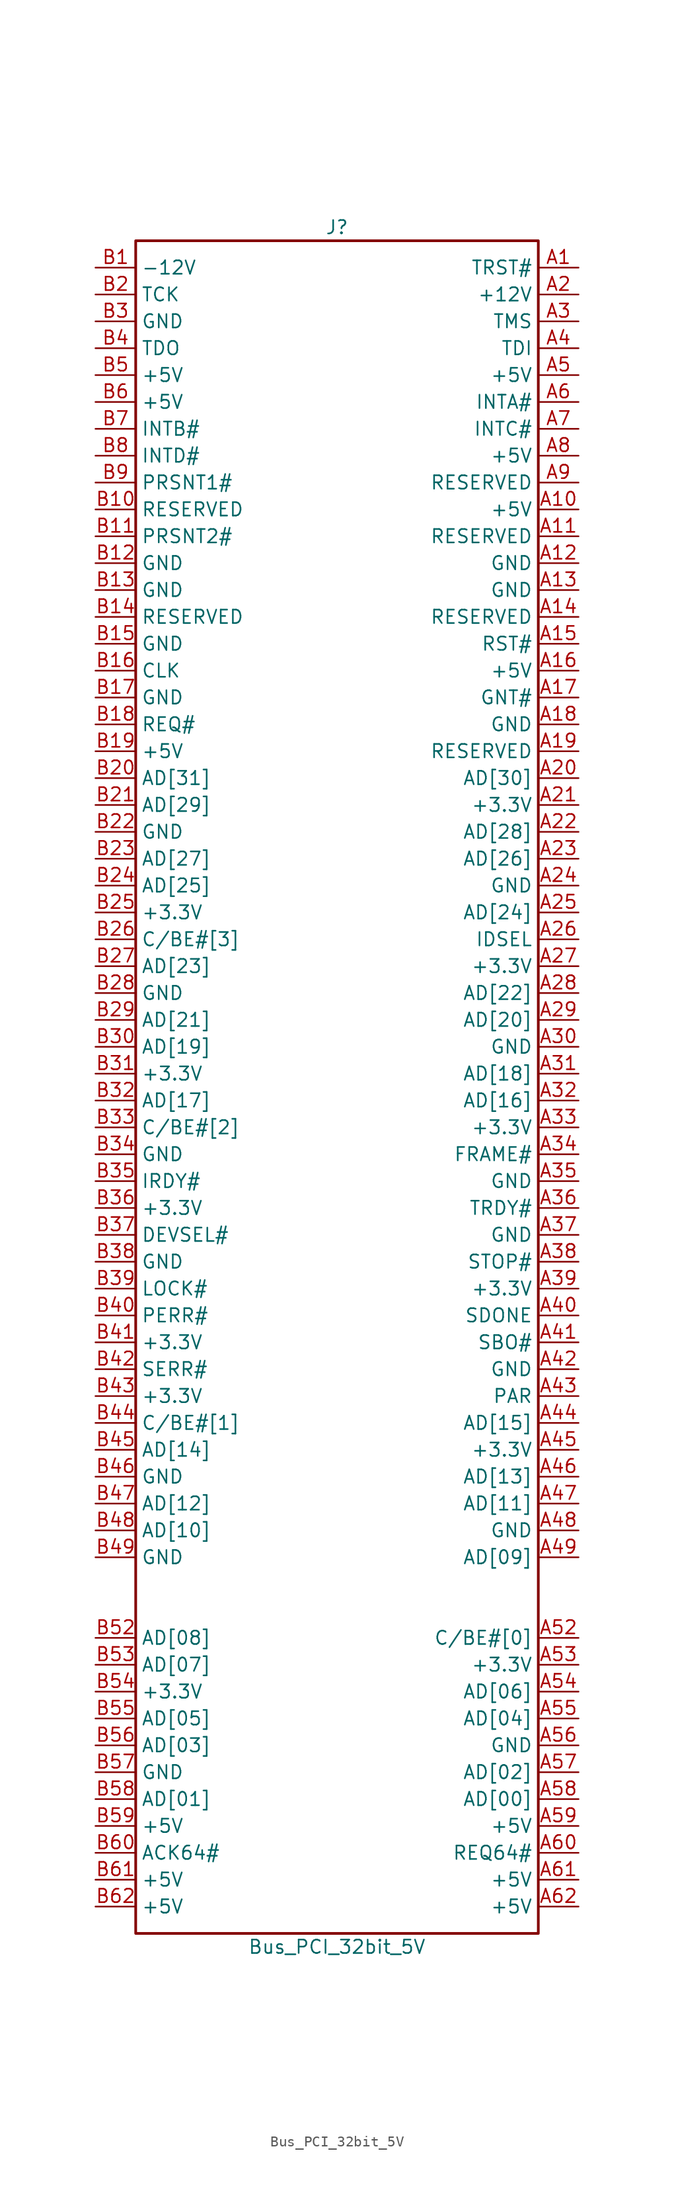
<source format=kicad_sym>
(kicad_symbol_lib
  (version 20211014)
  (generator kicad_symbol_editor)
  (symbol "Bus_PCI_32bit_5V"
    (property "Reference" "J"
      (at 0 80.01 0)
      (effects (font (size 1.27 1.27))))
    (property "Value" "Bus_PCI_32bit_5V"
      (at 0 -82.55 0)
      (effects (font (size 1.27 1.27))))
    (symbol "Bus_PCI_32bit_5V_0_1"
      (rectangle (start -19.05 -81.28) (end 19.05 78.74) (stroke (width 0.254) (type default) (color 0 0 0 0)) (fill (type none))))
    (symbol "Bus_PCI_32bit_5V_1_1"
      (pin output line (at 22.86 76.2 180) (length 3.81) (name "TRST#" (effects (font (size 1.27 1.27)))) (number "A1" (effects (font (size 1.27 1.27)))))
      (pin power_in line (at 22.86 53.34 180) (length 3.81) (name "+5V" (effects (font (size 1.27 1.27)))) (number "A10" (effects (font (size 1.27 1.27)))))
      (pin passive line (at 22.86 50.8 180) (length 3.81) (name "RESERVED" (effects (font (size 1.27 1.27)))) (number "A11" (effects (font (size 1.27 1.27)))))
      (pin power_in line (at 22.86 48.26 180) (length 3.81) (name "GND" (effects (font (size 1.27 1.27)))) (number "A12" (effects (font (size 1.27 1.27)))))
      (pin power_in line (at 22.86 45.72 180) (length 3.81) (name "GND" (effects (font (size 1.27 1.27)))) (number "A13" (effects (font (size 1.27 1.27)))))
      (pin passive line (at 22.86 43.18 180) (length 3.81) (name "RESERVED" (effects (font (size 1.27 1.27)))) (number "A14" (effects (font (size 1.27 1.27)))))
      (pin output line (at 22.86 40.64 180) (length 3.81) (name "RST#" (effects (font (size 1.27 1.27)))) (number "A15" (effects (font (size 1.27 1.27)))))
      (pin power_in line (at 22.86 38.1 180) (length 3.81) (name "+5V" (effects (font (size 1.27 1.27)))) (number "A16" (effects (font (size 1.27 1.27)))))
      (pin bidirectional line (at 22.86 35.56 180) (length 3.81) (name "GNT#" (effects (font (size 1.27 1.27)))) (number "A17" (effects (font (size 1.27 1.27)))))
      (pin power_in line (at 22.86 33.02 180) (length 3.81) (name "GND" (effects (font (size 1.27 1.27)))) (number "A18" (effects (font (size 1.27 1.27)))))
      (pin passive line (at 22.86 30.48 180) (length 3.81) (name "RESERVED" (effects (font (size 1.27 1.27)))) (number "A19" (effects (font (size 1.27 1.27)))))
      (pin power_in line (at 22.86 73.66 180) (length 3.81) (name "+12V" (effects (font (size 1.27 1.27)))) (number "A2" (effects (font (size 1.27 1.27)))))
      (pin bidirectional line (at 22.86 27.94 180) (length 3.81) (name "AD[30]" (effects (font (size 1.27 1.27)))) (number "A20" (effects (font (size 1.27 1.27)))))
      (pin power_in line (at 22.86 25.4 180) (length 3.81) (name "+3.3V" (effects (font (size 1.27 1.27)))) (number "A21" (effects (font (size 1.27 1.27)))))
      (pin bidirectional line (at 22.86 22.86 180) (length 3.81) (name "AD[28]" (effects (font (size 1.27 1.27)))) (number "A22" (effects (font (size 1.27 1.27)))))
      (pin bidirectional line (at 22.86 20.32 180) (length 3.81) (name "AD[26]" (effects (font (size 1.27 1.27)))) (number "A23" (effects (font (size 1.27 1.27)))))
      (pin power_in line (at 22.86 17.78 180) (length 3.81) (name "GND" (effects (font (size 1.27 1.27)))) (number "A24" (effects (font (size 1.27 1.27)))))
      (pin bidirectional line (at 22.86 15.24 180) (length 3.81) (name "AD[24]" (effects (font (size 1.27 1.27)))) (number "A25" (effects (font (size 1.27 1.27)))))
      (pin output line (at 22.86 12.7 180) (length 3.81) (name "IDSEL" (effects (font (size 1.27 1.27)))) (number "A26" (effects (font (size 1.27 1.27)))))
      (pin power_in line (at 22.86 10.16 180) (length 3.81) (name "+3.3V" (effects (font (size 1.27 1.27)))) (number "A27" (effects (font (size 1.27 1.27)))))
      (pin bidirectional line (at 22.86 7.62 180) (length 3.81) (name "AD[22]" (effects (font (size 1.27 1.27)))) (number "A28" (effects (font (size 1.27 1.27)))))
      (pin bidirectional line (at 22.86 5.08 180) (length 3.81) (name "AD[20]" (effects (font (size 1.27 1.27)))) (number "A29" (effects (font (size 1.27 1.27)))))
      (pin output line (at 22.86 71.12 180) (length 3.81) (name "TMS" (effects (font (size 1.27 1.27)))) (number "A3" (effects (font (size 1.27 1.27)))))
      (pin power_in line (at 22.86 2.54 180) (length 3.81) (name "GND" (effects (font (size 1.27 1.27)))) (number "A30" (effects (font (size 1.27 1.27)))))
      (pin bidirectional line (at 22.86 0 180) (length 3.81) (name "AD[18]" (effects (font (size 1.27 1.27)))) (number "A31" (effects (font (size 1.27 1.27)))))
      (pin bidirectional line (at 22.86 -2.54 180) (length 3.81) (name "AD[16]" (effects (font (size 1.27 1.27)))) (number "A32" (effects (font (size 1.27 1.27)))))
      (pin power_in line (at 22.86 -5.08 180) (length 3.81) (name "+3.3V" (effects (font (size 1.27 1.27)))) (number "A33" (effects (font (size 1.27 1.27)))))
      (pin bidirectional line (at 22.86 -7.62 180) (length 3.81) (name "FRAME#" (effects (font (size 1.27 1.27)))) (number "A34" (effects (font (size 1.27 1.27)))))
      (pin power_in line (at 22.86 -10.16 180) (length 3.81) (name "GND" (effects (font (size 1.27 1.27)))) (number "A35" (effects (font (size 1.27 1.27)))))
      (pin bidirectional line (at 22.86 -12.7 180) (length 3.81) (name "TRDY#" (effects (font (size 1.27 1.27)))) (number "A36" (effects (font (size 1.27 1.27)))))
      (pin power_in line (at 22.86 -15.24 180) (length 3.81) (name "GND" (effects (font (size 1.27 1.27)))) (number "A37" (effects (font (size 1.27 1.27)))))
      (pin bidirectional line (at 22.86 -17.78 180) (length 3.81) (name "STOP#" (effects (font (size 1.27 1.27)))) (number "A38" (effects (font (size 1.27 1.27)))))
      (pin power_in line (at 22.86 -20.32 180) (length 3.81) (name "+3.3V" (effects (font (size 1.27 1.27)))) (number "A39" (effects (font (size 1.27 1.27)))))
      (pin output line (at 22.86 68.58 180) (length 3.81) (name "TDI" (effects (font (size 1.27 1.27)))) (number "A4" (effects (font (size 1.27 1.27)))))
      (pin bidirectional line (at 22.86 -22.86 180) (length 3.81) (name "SDONE" (effects (font (size 1.27 1.27)))) (number "A40" (effects (font (size 1.27 1.27)))))
      (pin bidirectional line (at 22.86 -25.4 180) (length 3.81) (name "SBO#" (effects (font (size 1.27 1.27)))) (number "A41" (effects (font (size 1.27 1.27)))))
      (pin power_in line (at 22.86 -27.94 180) (length 3.81) (name "GND" (effects (font (size 1.27 1.27)))) (number "A42" (effects (font (size 1.27 1.27)))))
      (pin bidirectional line (at 22.86 -30.48 180) (length 3.81) (name "PAR" (effects (font (size 1.27 1.27)))) (number "A43" (effects (font (size 1.27 1.27)))))
      (pin bidirectional line (at 22.86 -33.02 180) (length 3.81) (name "AD[15]" (effects (font (size 1.27 1.27)))) (number "A44" (effects (font (size 1.27 1.27)))))
      (pin power_in line (at 22.86 -35.56 180) (length 3.81) (name "+3.3V" (effects (font (size 1.27 1.27)))) (number "A45" (effects (font (size 1.27 1.27)))))
      (pin bidirectional line (at 22.86 -38.1 180) (length 3.81) (name "AD[13]" (effects (font (size 1.27 1.27)))) (number "A46" (effects (font (size 1.27 1.27)))))
      (pin bidirectional line (at 22.86 -40.64 180) (length 3.81) (name "AD[11]" (effects (font (size 1.27 1.27)))) (number "A47" (effects (font (size 1.27 1.27)))))
      (pin power_in line (at 22.86 -43.18 180) (length 3.81) (name "GND" (effects (font (size 1.27 1.27)))) (number "A48" (effects (font (size 1.27 1.27)))))
      (pin bidirectional line (at 22.86 -45.72 180) (length 3.81) (name "AD[09]" (effects (font (size 1.27 1.27)))) (number "A49" (effects (font (size 1.27 1.27)))))
      (pin power_in line (at 22.86 66.04 180) (length 3.81) (name "+5V" (effects (font (size 1.27 1.27)))) (number "A5" (effects (font (size 1.27 1.27)))))
      (pin bidirectional line (at 22.86 -53.34 180) (length 3.81) (name "C/BE#[0]" (effects (font (size 1.27 1.27)))) (number "A52" (effects (font (size 1.27 1.27)))))
      (pin power_in line (at 22.86 -55.88 180) (length 3.81) (name "+3.3V" (effects (font (size 1.27 1.27)))) (number "A53" (effects (font (size 1.27 1.27)))))
      (pin bidirectional line (at 22.86 -58.42 180) (length 3.81) (name "AD[06]" (effects (font (size 1.27 1.27)))) (number "A54" (effects (font (size 1.27 1.27)))))
      (pin bidirectional line (at 22.86 -60.96 180) (length 3.81) (name "AD[04]" (effects (font (size 1.27 1.27)))) (number "A55" (effects (font (size 1.27 1.27)))))
      (pin power_in line (at 22.86 -63.5 180) (length 3.81) (name "GND" (effects (font (size 1.27 1.27)))) (number "A56" (effects (font (size 1.27 1.27)))))
      (pin bidirectional line (at 22.86 -66.04 180) (length 3.81) (name "AD[02]" (effects (font (size 1.27 1.27)))) (number "A57" (effects (font (size 1.27 1.27)))))
      (pin bidirectional line (at 22.86 -68.58 180) (length 3.81) (name "AD[00]" (effects (font (size 1.27 1.27)))) (number "A58" (effects (font (size 1.27 1.27)))))
      (pin power_in line (at 22.86 -71.12 180) (length 3.81) (name "+5V" (effects (font (size 1.27 1.27)))) (number "A59" (effects (font (size 1.27 1.27)))))
      (pin input line (at 22.86 63.5 180) (length 3.81) (name "INTA#" (effects (font (size 1.27 1.27)))) (number "A6" (effects (font (size 1.27 1.27)))))
      (pin bidirectional line (at 22.86 -73.66 180) (length 3.81) (name "REQ64#" (effects (font (size 1.27 1.27)))) (number "A60" (effects (font (size 1.27 1.27)))))
      (pin power_in line (at 22.86 -76.2 180) (length 3.81) (name "+5V" (effects (font (size 1.27 1.27)))) (number "A61" (effects (font (size 1.27 1.27)))))
      (pin power_in line (at 22.86 -78.74 180) (length 3.81) (name "+5V" (effects (font (size 1.27 1.27)))) (number "A62" (effects (font (size 1.27 1.27)))))
      (pin input line (at 22.86 60.96 180) (length 3.81) (name "INTC#" (effects (font (size 1.27 1.27)))) (number "A7" (effects (font (size 1.27 1.27)))))
      (pin power_in line (at 22.86 58.42 180) (length 3.81) (name "+5V" (effects (font (size 1.27 1.27)))) (number "A8" (effects (font (size 1.27 1.27)))))
      (pin passive line (at 22.86 55.88 180) (length 3.81) (name "RESERVED" (effects (font (size 1.27 1.27)))) (number "A9" (effects (font (size 1.27 1.27)))))
      (pin power_in line (at -22.86 76.2 0) (length 3.81) (name "-12V" (effects (font (size 1.27 1.27)))) (number "B1" (effects (font (size 1.27 1.27)))))
      (pin passive line (at -22.86 53.34 0) (length 3.81) (name "RESERVED" (effects (font (size 1.27 1.27)))) (number "B10" (effects (font (size 1.27 1.27)))))
      (pin input line (at -22.86 50.8 0) (length 3.81) (name "PRSNT2#" (effects (font (size 1.27 1.27)))) (number "B11" (effects (font (size 1.27 1.27)))))
      (pin power_in line (at -22.86 48.26 0) (length 3.81) (name "GND" (effects (font (size 1.27 1.27)))) (number "B12" (effects (font (size 1.27 1.27)))))
      (pin power_in line (at -22.86 45.72 0) (length 3.81) (name "GND" (effects (font (size 1.27 1.27)))) (number "B13" (effects (font (size 1.27 1.27)))))
      (pin passive line (at -22.86 43.18 0) (length 3.81) (name "RESERVED" (effects (font (size 1.27 1.27)))) (number "B14" (effects (font (size 1.27 1.27)))))
      (pin power_in line (at -22.86 40.64 0) (length 3.81) (name "GND" (effects (font (size 1.27 1.27)))) (number "B15" (effects (font (size 1.27 1.27)))))
      (pin output line (at -22.86 38.1 0) (length 3.81) (name "CLK" (effects (font (size 1.27 1.27)))) (number "B16" (effects (font (size 1.27 1.27)))))
      (pin power_in line (at -22.86 35.56 0) (length 3.81) (name "GND" (effects (font (size 1.27 1.27)))) (number "B17" (effects (font (size 1.27 1.27)))))
      (pin bidirectional line (at -22.86 33.02 0) (length 3.81) (name "REQ#" (effects (font (size 1.27 1.27)))) (number "B18" (effects (font (size 1.27 1.27)))))
      (pin power_in line (at -22.86 30.48 0) (length 3.81) (name "+5V" (effects (font (size 1.27 1.27)))) (number "B19" (effects (font (size 1.27 1.27)))))
      (pin output line (at -22.86 73.66 0) (length 3.81) (name "TCK" (effects (font (size 1.27 1.27)))) (number "B2" (effects (font (size 1.27 1.27)))))
      (pin bidirectional line (at -22.86 27.94 0) (length 3.81) (name "AD[31]" (effects (font (size 1.27 1.27)))) (number "B20" (effects (font (size 1.27 1.27)))))
      (pin bidirectional line (at -22.86 25.4 0) (length 3.81) (name "AD[29]" (effects (font (size 1.27 1.27)))) (number "B21" (effects (font (size 1.27 1.27)))))
      (pin power_in line (at -22.86 22.86 0) (length 3.81) (name "GND" (effects (font (size 1.27 1.27)))) (number "B22" (effects (font (size 1.27 1.27)))))
      (pin bidirectional line (at -22.86 20.32 0) (length 3.81) (name "AD[27]" (effects (font (size 1.27 1.27)))) (number "B23" (effects (font (size 1.27 1.27)))))
      (pin bidirectional line (at -22.86 17.78 0) (length 3.81) (name "AD[25]" (effects (font (size 1.27 1.27)))) (number "B24" (effects (font (size 1.27 1.27)))))
      (pin power_in line (at -22.86 15.24 0) (length 3.81) (name "+3.3V" (effects (font (size 1.27 1.27)))) (number "B25" (effects (font (size 1.27 1.27)))))
      (pin bidirectional line (at -22.86 12.7 0) (length 3.81) (name "C/BE#[3]" (effects (font (size 1.27 1.27)))) (number "B26" (effects (font (size 1.27 1.27)))))
      (pin bidirectional line (at -22.86 10.16 0) (length 3.81) (name "AD[23]" (effects (font (size 1.27 1.27)))) (number "B27" (effects (font (size 1.27 1.27)))))
      (pin power_in line (at -22.86 7.62 0) (length 3.81) (name "GND" (effects (font (size 1.27 1.27)))) (number "B28" (effects (font (size 1.27 1.27)))))
      (pin bidirectional line (at -22.86 5.08 0) (length 3.81) (name "AD[21]" (effects (font (size 1.27 1.27)))) (number "B29" (effects (font (size 1.27 1.27)))))
      (pin power_in line (at -22.86 71.12 0) (length 3.81) (name "GND" (effects (font (size 1.27 1.27)))) (number "B3" (effects (font (size 1.27 1.27)))))
      (pin bidirectional line (at -22.86 2.54 0) (length 3.81) (name "AD[19]" (effects (font (size 1.27 1.27)))) (number "B30" (effects (font (size 1.27 1.27)))))
      (pin power_in line (at -22.86 0 0) (length 3.81) (name "+3.3V" (effects (font (size 1.27 1.27)))) (number "B31" (effects (font (size 1.27 1.27)))))
      (pin bidirectional line (at -22.86 -2.54 0) (length 3.81) (name "AD[17]" (effects (font (size 1.27 1.27)))) (number "B32" (effects (font (size 1.27 1.27)))))
      (pin bidirectional line (at -22.86 -5.08 0) (length 3.81) (name "C/BE#[2]" (effects (font (size 1.27 1.27)))) (number "B33" (effects (font (size 1.27 1.27)))))
      (pin power_in line (at -22.86 -7.62 0) (length 3.81) (name "GND" (effects (font (size 1.27 1.27)))) (number "B34" (effects (font (size 1.27 1.27)))))
      (pin bidirectional line (at -22.86 -10.16 0) (length 3.81) (name "IRDY#" (effects (font (size 1.27 1.27)))) (number "B35" (effects (font (size 1.27 1.27)))))
      (pin power_in line (at -22.86 -12.7 0) (length 3.81) (name "+3.3V" (effects (font (size 1.27 1.27)))) (number "B36" (effects (font (size 1.27 1.27)))))
      (pin bidirectional line (at -22.86 -15.24 0) (length 3.81) (name "DEVSEL#" (effects (font (size 1.27 1.27)))) (number "B37" (effects (font (size 1.27 1.27)))))
      (pin power_in line (at -22.86 -17.78 0) (length 3.81) (name "GND" (effects (font (size 1.27 1.27)))) (number "B38" (effects (font (size 1.27 1.27)))))
      (pin bidirectional line (at -22.86 -20.32 0) (length 3.81) (name "LOCK#" (effects (font (size 1.27 1.27)))) (number "B39" (effects (font (size 1.27 1.27)))))
      (pin input line (at -22.86 68.58 0) (length 3.81) (name "TDO" (effects (font (size 1.27 1.27)))) (number "B4" (effects (font (size 1.27 1.27)))))
      (pin bidirectional line (at -22.86 -22.86 0) (length 3.81) (name "PERR#" (effects (font (size 1.27 1.27)))) (number "B40" (effects (font (size 1.27 1.27)))))
      (pin power_in line (at -22.86 -25.4 0) (length 3.81) (name "+3.3V" (effects (font (size 1.27 1.27)))) (number "B41" (effects (font (size 1.27 1.27)))))
      (pin input line (at -22.86 -27.94 0) (length 3.81) (name "SERR#" (effects (font (size 1.27 1.27)))) (number "B42" (effects (font (size 1.27 1.27)))))
      (pin power_in line (at -22.86 -30.48 0) (length 3.81) (name "+3.3V" (effects (font (size 1.27 1.27)))) (number "B43" (effects (font (size 1.27 1.27)))))
      (pin bidirectional line (at -22.86 -33.02 0) (length 3.81) (name "C/BE#[1]" (effects (font (size 1.27 1.27)))) (number "B44" (effects (font (size 1.27 1.27)))))
      (pin bidirectional line (at -22.86 -35.56 0) (length 3.81) (name "AD[14]" (effects (font (size 1.27 1.27)))) (number "B45" (effects (font (size 1.27 1.27)))))
      (pin power_in line (at -22.86 -38.1 0) (length 3.81) (name "GND" (effects (font (size 1.27 1.27)))) (number "B46" (effects (font (size 1.27 1.27)))))
      (pin bidirectional line (at -22.86 -40.64 0) (length 3.81) (name "AD[12]" (effects (font (size 1.27 1.27)))) (number "B47" (effects (font (size 1.27 1.27)))))
      (pin bidirectional line (at -22.86 -43.18 0) (length 3.81) (name "AD[10]" (effects (font (size 1.27 1.27)))) (number "B48" (effects (font (size 1.27 1.27)))))
      (pin power_in line (at -22.86 -45.72 0) (length 3.81) (name "GND" (effects (font (size 1.27 1.27)))) (number "B49" (effects (font (size 1.27 1.27)))))
      (pin power_in line (at -22.86 66.04 0) (length 3.81) (name "+5V" (effects (font (size 1.27 1.27)))) (number "B5" (effects (font (size 1.27 1.27)))))
      (pin bidirectional line (at -22.86 -53.34 0) (length 3.81) (name "AD[08]" (effects (font (size 1.27 1.27)))) (number "B52" (effects (font (size 1.27 1.27)))))
      (pin bidirectional line (at -22.86 -55.88 0) (length 3.81) (name "AD[07]" (effects (font (size 1.27 1.27)))) (number "B53" (effects (font (size 1.27 1.27)))))
      (pin input line (at -22.86 -58.42 0) (length 3.81) (name "+3.3V" (effects (font (size 1.27 1.27)))) (number "B54" (effects (font (size 1.27 1.27)))))
      (pin bidirectional line (at -22.86 -60.96 0) (length 3.81) (name "AD[05]" (effects (font (size 1.27 1.27)))) (number "B55" (effects (font (size 1.27 1.27)))))
      (pin bidirectional line (at -22.86 -63.5 0) (length 3.81) (name "AD[03]" (effects (font (size 1.27 1.27)))) (number "B56" (effects (font (size 1.27 1.27)))))
      (pin power_in line (at -22.86 -66.04 0) (length 3.81) (name "GND" (effects (font (size 1.27 1.27)))) (number "B57" (effects (font (size 1.27 1.27)))))
      (pin bidirectional line (at -22.86 -68.58 0) (length 3.81) (name "AD[01]" (effects (font (size 1.27 1.27)))) (number "B58" (effects (font (size 1.27 1.27)))))
      (pin power_in line (at -22.86 -71.12 0) (length 3.81) (name "+5V" (effects (font (size 1.27 1.27)))) (number "B59" (effects (font (size 1.27 1.27)))))
      (pin power_in line (at -22.86 63.5 0) (length 3.81) (name "+5V" (effects (font (size 1.27 1.27)))) (number "B6" (effects (font (size 1.27 1.27)))))
      (pin bidirectional line (at -22.86 -73.66 0) (length 3.81) (name "ACK64#" (effects (font (size 1.27 1.27)))) (number "B60" (effects (font (size 1.27 1.27)))))
      (pin power_in line (at -22.86 -76.2 0) (length 3.81) (name "+5V" (effects (font (size 1.27 1.27)))) (number "B61" (effects (font (size 1.27 1.27)))))
      (pin power_in line (at -22.86 -78.74 0) (length 3.81) (name "+5V" (effects (font (size 1.27 1.27)))) (number "B62" (effects (font (size 1.27 1.27)))))
      (pin input line (at -22.86 60.96 0) (length 3.81) (name "INTB#" (effects (font (size 1.27 1.27)))) (number "B7" (effects (font (size 1.27 1.27)))))
      (pin input line (at -22.86 58.42 0) (length 3.81) (name "INTD#" (effects (font (size 1.27 1.27)))) (number "B8" (effects (font (size 1.27 1.27)))))
      (pin input line (at -22.86 55.88 0) (length 3.81) (name "PRSNT1#" (effects (font (size 1.27 1.27)))) (number "B9" (effects (font (size 1.27 1.27))))))))
</source>
